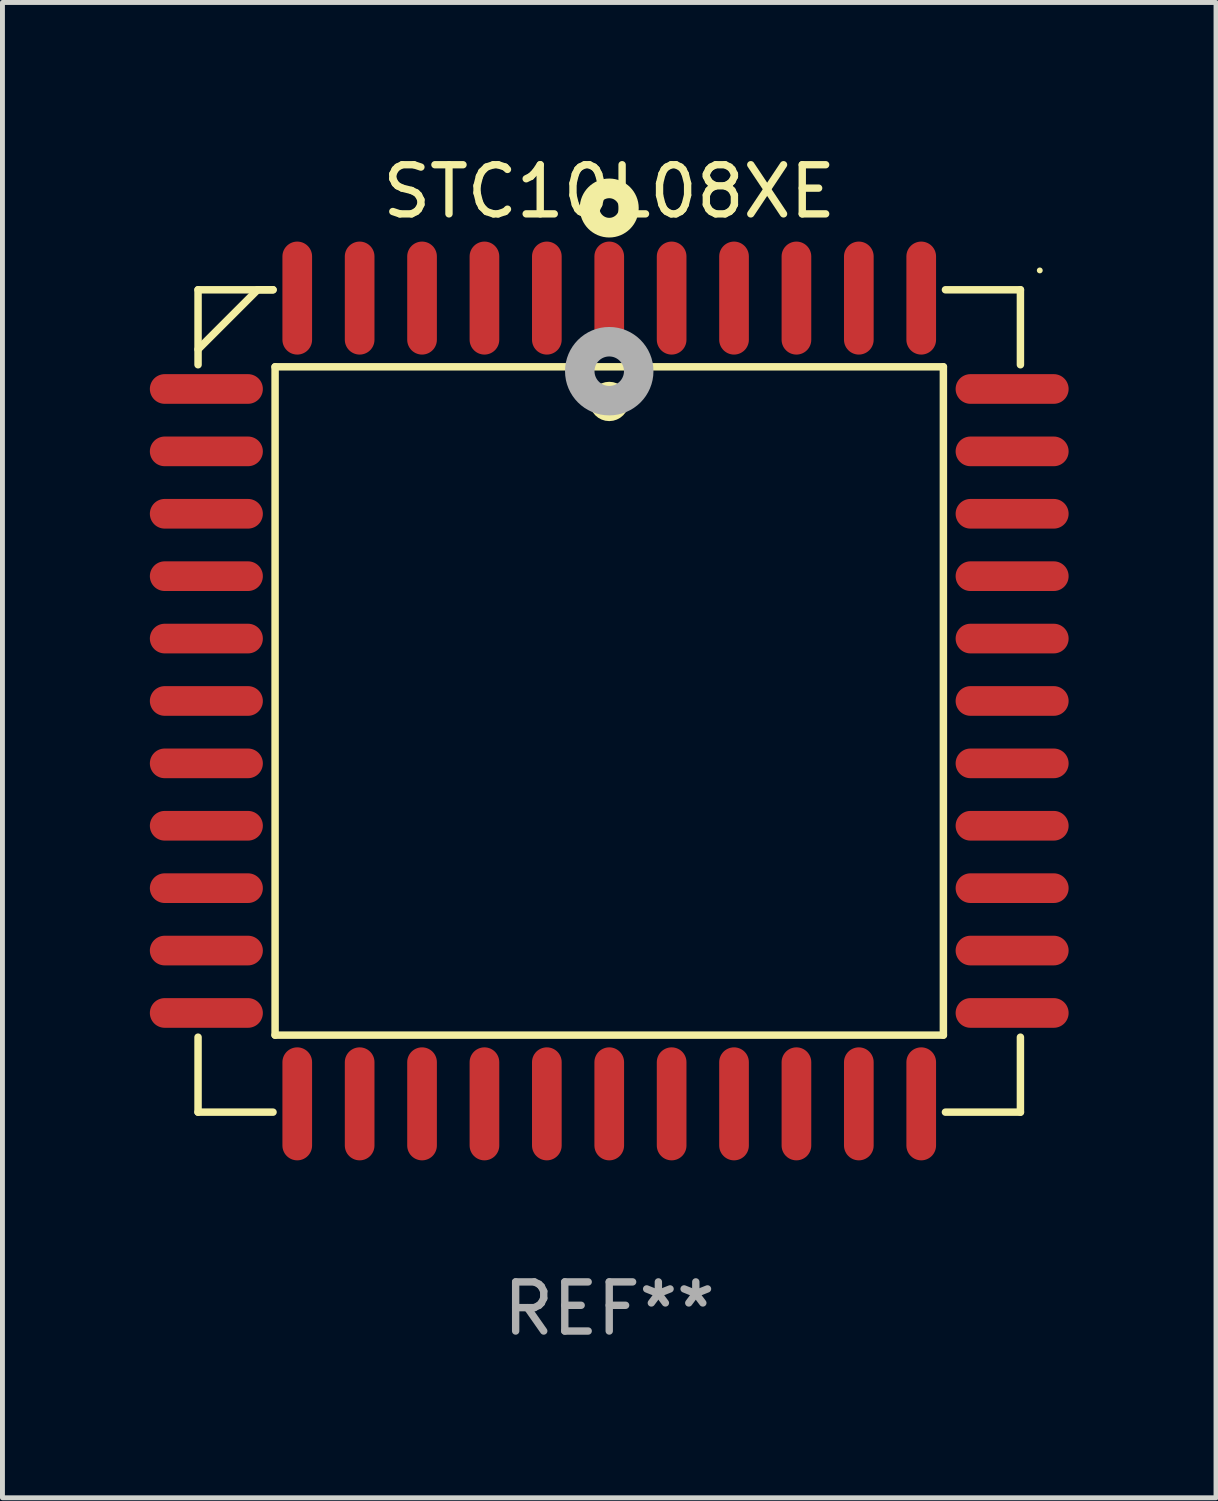
<source format=kicad_pcb>
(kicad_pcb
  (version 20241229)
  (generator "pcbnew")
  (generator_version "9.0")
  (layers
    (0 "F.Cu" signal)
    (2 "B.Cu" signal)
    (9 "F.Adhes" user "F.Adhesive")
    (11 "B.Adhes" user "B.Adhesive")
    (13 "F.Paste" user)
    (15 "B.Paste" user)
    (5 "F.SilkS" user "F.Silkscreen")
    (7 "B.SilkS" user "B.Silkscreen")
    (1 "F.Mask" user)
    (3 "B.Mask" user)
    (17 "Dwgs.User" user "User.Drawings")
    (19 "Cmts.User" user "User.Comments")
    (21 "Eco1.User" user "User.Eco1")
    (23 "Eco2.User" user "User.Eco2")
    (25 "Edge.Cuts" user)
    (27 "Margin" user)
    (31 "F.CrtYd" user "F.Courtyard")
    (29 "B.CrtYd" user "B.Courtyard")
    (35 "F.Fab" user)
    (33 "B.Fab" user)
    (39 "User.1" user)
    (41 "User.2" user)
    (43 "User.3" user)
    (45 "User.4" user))
  (footprint "STC10L08XE"
    (layer "F.Cu")
    (at 9.35 11.217)
    (property "Reference" "STC10L08XE" (at 0 -10.369 0) (layer "F.SilkS") (effects (font (size 1 1) (thickness 0.15))))
    (attr through_hole)
    (fp_line (start -8.369 -8.369) (end -8.369 -6.843) (stroke (width 0.152) (type solid)) (layer "F.SilkS"))
    (fp_line (start -8.369 8.369) (end -8.369 6.843) (stroke (width 0.152) (type solid)) (layer "F.SilkS"))
    (fp_line (start -7.156 -8.369) (end -8.369 -7.156) (stroke (width 0.152) (type solid)) (layer "F.SilkS"))
    (fp_line (start -6.843 -8.369) (end -8.369 -8.369) (stroke (width 0.152) (type solid)) (layer "F.SilkS"))
    (fp_line (start -6.843 -8.369) (end -7.156 -8.369) (stroke (width 0.152) (type solid)) (layer "F.SilkS"))
    (fp_line (start -6.843 8.369) (end -8.369 8.369) (stroke (width 0.152) (type solid)) (layer "F.SilkS"))
    (fp_line (start -6.801 -6.801) (end 6.801 -6.801) (stroke (width 0.152) (type solid)) (layer "F.SilkS"))
    (fp_line (start -6.801 6.801) (end -6.801 -6.801) (stroke (width 0.152) (type solid)) (layer "F.SilkS"))
    (fp_line (start 6.801 -6.801) (end 6.801 6.801) (stroke (width 0.152) (type solid)) (layer "F.SilkS"))
    (fp_line (start 6.801 6.801) (end -6.801 6.801) (stroke (width 0.152) (type solid)) (layer "F.SilkS"))
    (fp_line (start 6.843 -8.369) (end 8.369 -8.369) (stroke (width 0.152) (type solid)) (layer "F.SilkS"))
    (fp_line (start 6.843 8.369) (end 8.369 8.369) (stroke (width 0.152) (type solid)) (layer "F.SilkS"))
    (fp_line (start 8.369 -8.369) (end 8.369 -6.843) (stroke (width 0.152) (type solid)) (layer "F.SilkS"))
    (fp_line (start 8.369 8.369) (end 8.369 6.843) (stroke (width 0.152) (type solid)) (layer "F.SilkS"))
    (fp_circle (center -0.000013 -6.096) (end 0.2 -6.096) (stroke (width 0.4) (type solid)) (fill no) (layer "F.SilkS"))
    (fp_circle (center 0.000114 -10.033) (end 0.2 -10.033) (stroke (width 0.4) (type solid)) (fill no) (layer "F.SilkS"))
    (fp_circle (center 8.763 -8.763) (end 8.793 -8.763) (stroke (width 0.06) (type solid)) (fill no) (layer "F.SilkS"))
    (fp_circle (center 0.000114 -6.712) (end 0.3 -6.712) (stroke (width 0.6) (type solid)) (fill no) (layer "F.Fab"))
    (fp_text user "REF**" (at 0 12.369 0) (layer "F.Fab") (effects (font (size 1 1) (thickness 0.15))))
    (pad "1" smd oval (at 0.000114 -8.2) (size 0.604 2.3) (layers "F.Cu" "F.Mask" "F.Paste"))
    (pad "2" smd oval (at -1.27 -8.2) (size 0.604 2.3) (layers "F.Cu" "F.Mask" "F.Paste"))
    (pad "3" smd oval (at -2.54 -8.2) (size 0.604 2.3) (layers "F.Cu" "F.Mask" "F.Paste"))
    (pad "4" smd oval (at -3.81 -8.2) (size 0.604 2.3) (layers "F.Cu" "F.Mask" "F.Paste"))
    (pad "5" smd oval (at -5.08 -8.2) (size 0.604 2.3) (layers "F.Cu" "F.Mask" "F.Paste"))
    (pad "6" smd oval (at -6.35 -8.2) (size 0.604 2.3) (layers "F.Cu" "F.Mask" "F.Paste"))
    (pad "7" smd oval (at -8.2 -6.35) (size 2.3 0.604) (layers "F.Cu" "F.Mask" "F.Paste"))
    (pad "8" smd oval (at -8.2 -5.08) (size 2.3 0.604) (layers "F.Cu" "F.Mask" "F.Paste"))
    (pad "9" smd oval (at -8.2 -3.81) (size 2.3 0.604) (layers "F.Cu" "F.Mask" "F.Paste"))
    (pad "10" smd oval (at -8.2 -2.54) (size 2.3 0.604) (layers "F.Cu" "F.Mask" "F.Paste"))
    (pad "11" smd oval (at -8.2 -1.27) (size 2.3 0.604) (layers "F.Cu" "F.Mask" "F.Paste"))
    (pad "12" smd oval (at -8.2 0.000127) (size 2.3 0.604) (layers "F.Cu" "F.Mask" "F.Paste"))
    (pad "13" smd oval (at -8.2 1.27) (size 2.3 0.604) (layers "F.Cu" "F.Mask" "F.Paste"))
    (pad "14" smd oval (at -8.2 2.54) (size 2.3 0.604) (layers "F.Cu" "F.Mask" "F.Paste"))
    (pad "15" smd oval (at -8.2 3.81) (size 2.3 0.604) (layers "F.Cu" "F.Mask" "F.Paste"))
    (pad "16" smd oval (at -8.2 5.08) (size 2.3 0.604) (layers "F.Cu" "F.Mask" "F.Paste"))
    (pad "17" smd oval (at -8.2 6.35) (size 2.3 0.604) (layers "F.Cu" "F.Mask" "F.Paste"))
    (pad "18" smd oval (at -6.35 8.2) (size 0.604 2.3) (layers "F.Cu" "F.Mask" "F.Paste"))
    (pad "19" smd oval (at -5.08 8.2) (size 0.604 2.3) (layers "F.Cu" "F.Mask" "F.Paste"))
    (pad "20" smd oval (at -3.81 8.2) (size 0.604 2.3) (layers "F.Cu" "F.Mask" "F.Paste"))
    (pad "21" smd oval (at -2.54 8.2) (size 0.604 2.3) (layers "F.Cu" "F.Mask" "F.Paste"))
    (pad "22" smd oval (at -1.27 8.2) (size 0.604 2.3) (layers "F.Cu" "F.Mask" "F.Paste"))
    (pad "23" smd oval (at 0.000114 8.2) (size 0.604 2.3) (layers "F.Cu" "F.Mask" "F.Paste"))
    (pad "24" smd oval (at 1.27 8.2) (size 0.604 2.3) (layers "F.Cu" "F.Mask" "F.Paste"))
    (pad "25" smd oval (at 2.54 8.2) (size 0.604 2.3) (layers "F.Cu" "F.Mask" "F.Paste"))
    (pad "26" smd oval (at 3.81 8.2) (size 0.604 2.3) (layers "F.Cu" "F.Mask" "F.Paste"))
    (pad "27" smd oval (at 5.08 8.2) (size 0.604 2.3) (layers "F.Cu" "F.Mask" "F.Paste"))
    (pad "28" smd oval (at 6.35 8.2) (size 0.604 2.3) (layers "F.Cu" "F.Mask" "F.Paste"))
    (pad "29" smd oval (at 8.2 6.35) (size 2.3 0.604) (layers "F.Cu" "F.Mask" "F.Paste"))
    (pad "30" smd oval (at 8.2 5.08) (size 2.3 0.604) (layers "F.Cu" "F.Mask" "F.Paste"))
    (pad "31" smd oval (at 8.2 3.81) (size 2.3 0.604) (layers "F.Cu" "F.Mask" "F.Paste"))
    (pad "32" smd oval (at 8.2 2.54) (size 2.3 0.604) (layers "F.Cu" "F.Mask" "F.Paste"))
    (pad "33" smd oval (at 8.2 1.27) (size 2.3 0.604) (layers "F.Cu" "F.Mask" "F.Paste"))
    (pad "34" smd oval (at 8.2 0.000127) (size 2.3 0.604) (layers "F.Cu" "F.Mask" "F.Paste"))
    (pad "35" smd oval (at 8.2 -1.27) (size 2.3 0.604) (layers "F.Cu" "F.Mask" "F.Paste"))
    (pad "36" smd oval (at 8.2 -2.54) (size 2.3 0.604) (layers "F.Cu" "F.Mask" "F.Paste"))
    (pad "37" smd oval (at 8.2 -3.81) (size 2.3 0.604) (layers "F.Cu" "F.Mask" "F.Paste"))
    (pad "38" smd oval (at 8.2 -5.08) (size 2.3 0.604) (layers "F.Cu" "F.Mask" "F.Paste"))
    (pad "39" smd oval (at 8.2 -6.35) (size 2.3 0.604) (layers "F.Cu" "F.Mask" "F.Paste"))
    (pad "40" smd oval (at 6.35 -8.2) (size 0.604 2.3) (layers "F.Cu" "F.Mask" "F.Paste"))
    (pad "41" smd oval (at 5.08 -8.2) (size 0.604 2.3) (layers "F.Cu" "F.Mask" "F.Paste"))
    (pad "42" smd oval (at 3.81 -8.2) (size 0.604 2.3) (layers "F.Cu" "F.Mask" "F.Paste"))
    (pad "43" smd oval (at 2.54 -8.2) (size 0.604 2.3) (layers "F.Cu" "F.Mask" "F.Paste"))
    (pad "44" smd oval (at 1.27 -8.2) (size 0.604 2.3) (layers "F.Cu" "F.Mask" "F.Paste")))
  (gr_rect
    (start -3 -3)
    (end 21.7 27.435)
    (stroke (width 0.1) (type default))
    (fill no)
    (layer "Edge.Cuts")))
</source>
